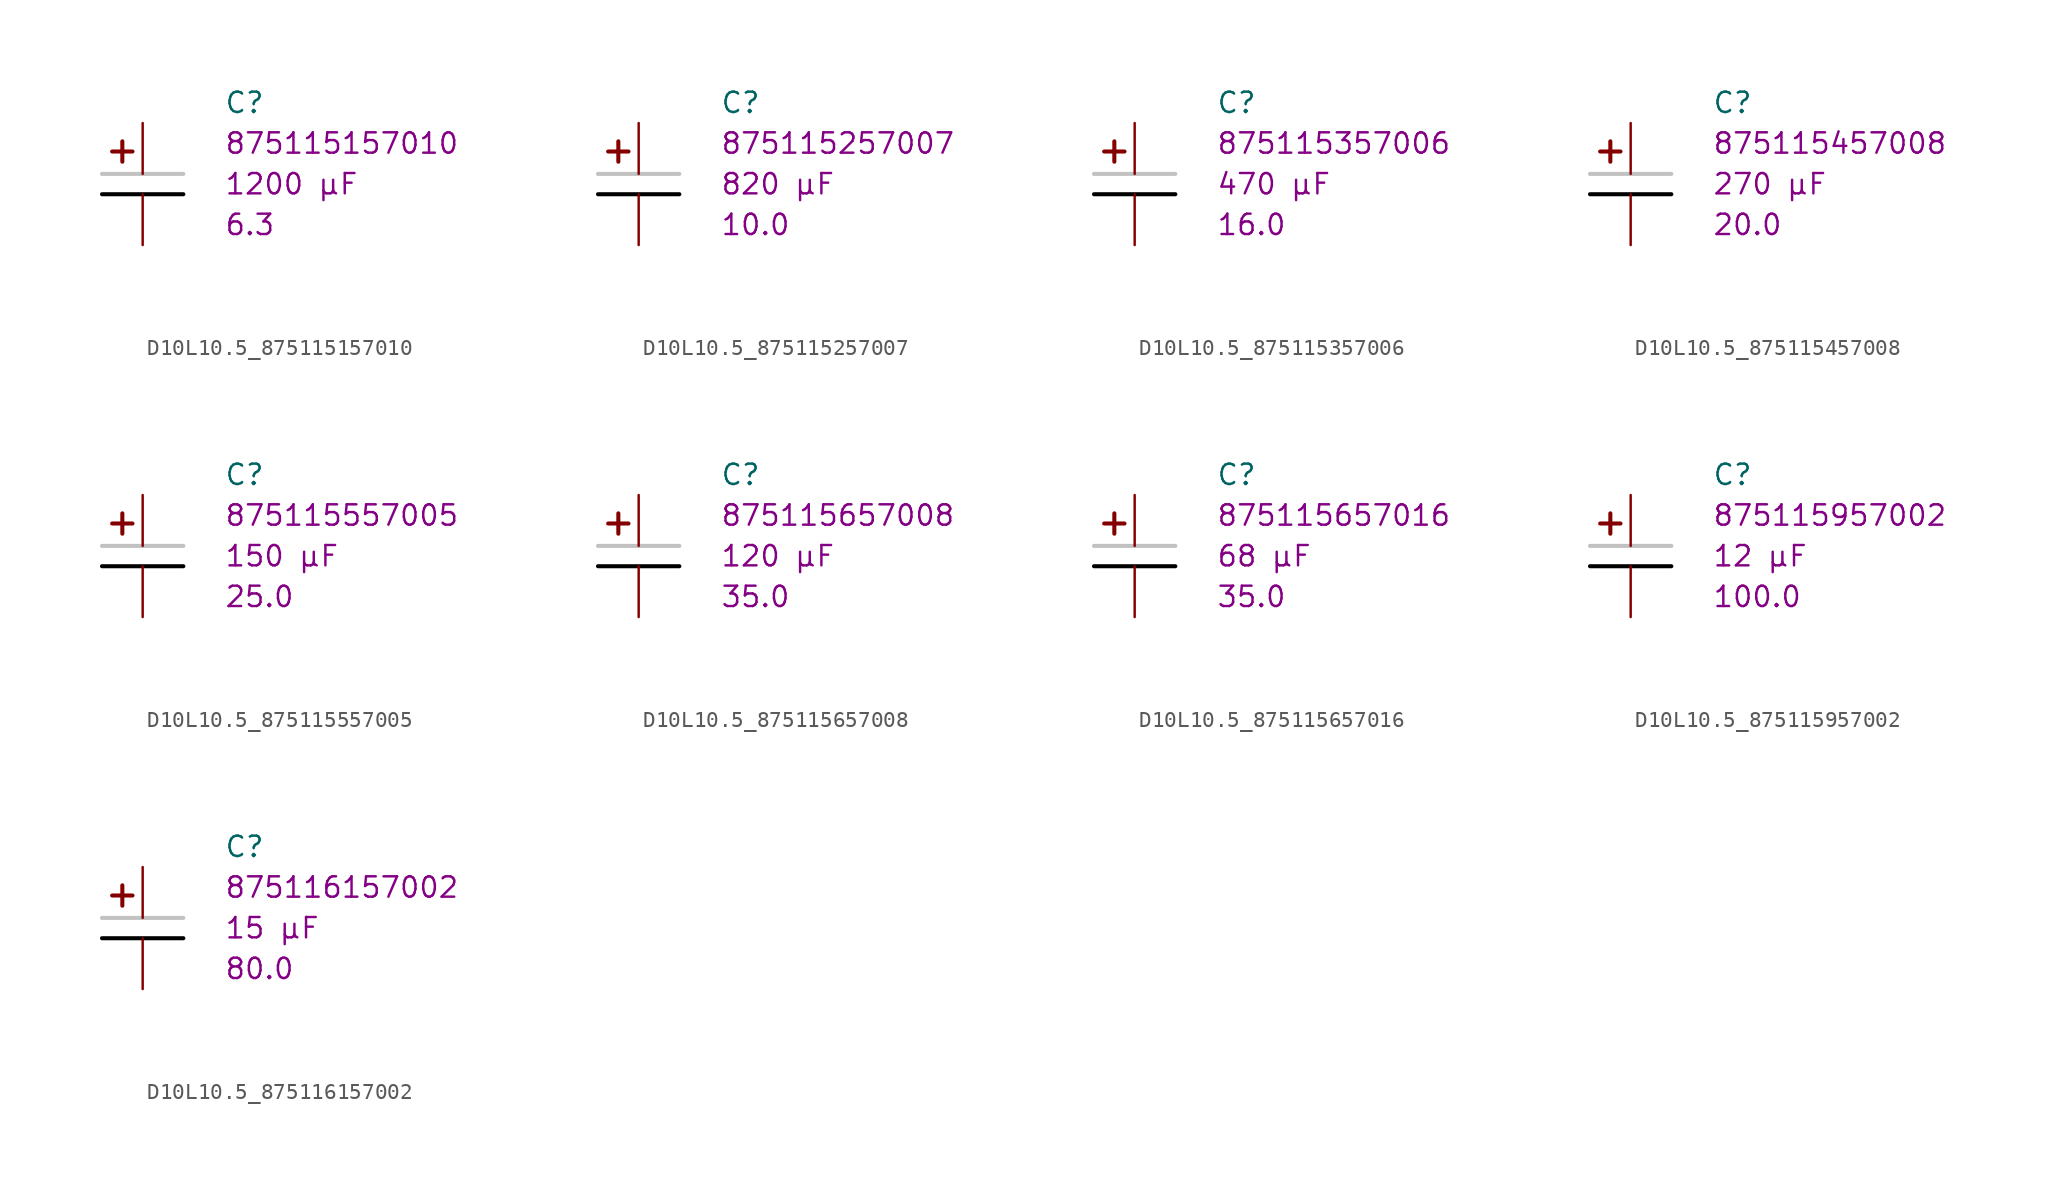
<source format=kicad_sym>
(kicad_symbol_lib
  (version 20220914)
  (generator kicad_symbol_editor)
  (symbol "D10L10.5_875115157010"
    (pin_numbers hide)
    (pin_names hide)
    (property "Reference" "C"
      (at 5.08 5.08 0)
      (effects (font (size 1.27 1.27)) (justify left)))
    (property "Part Number" "875115157010"
      (at 5.08 2.54 0)
      (effects (font (size 1.27 1.27)) (justify left)))
    (property "Capacitance" "1200 µF"
      (at 5.08 0 0)
      (effects (font (size 1.27 1.27)) (justify left)))
    (property "Voltage" "6.3"
      (at 5.08 -2.54 0)
      (effects (font (size 1.27 1.27)) (justify left)))
    (property "Critical Parameter" ""
      (at 0 -7.62 0)
      (effects (font (size 1.27 1.27))))
    (symbol "D10L10.5_875115157010_1_1"
      (polyline (pts (xy -1.27 2.667) (xy -1.27 1.397)) (stroke (width 0.254) (type default)) (fill (type none)))
      (polyline (pts (xy -0.635 2.032) (xy -1.905 2.032)) (stroke (width 0.254) (type default)) (fill (type none)))
      (polyline (pts (xy 2.54 -0.635) (xy -2.54 -0.635)) (stroke (width 0.254) (type default) (color 0 0 0 1)) (fill (type none)))
      (polyline (pts (xy 2.54 0.635) (xy -2.54 0.635)) (stroke (width 0.254) (type default) (color 194 194 194 1)) (fill (type none)))
      (pin passive line (at 0 3.81 270) (length 3.175) (name "1" (effects (font (size 1.27 1.27)))) (number "1" (effects (font (size 1.27 1.27)))))
      (pin passive line (at 0 -3.81 90) (length 3.175) (name "2" (effects (font (size 1.27 1.27)))) (number "2" (effects (font (size 1.27 1.27)))))))
  (symbol "D10L10.5_875115257007"
    (pin_numbers hide)
    (pin_names hide)
    (property "Reference" "C"
      (at 5.08 5.08 0)
      (effects (font (size 1.27 1.27)) (justify left)))
    (property "Part Number" "875115257007"
      (at 5.08 2.54 0)
      (effects (font (size 1.27 1.27)) (justify left)))
    (property "Capacitance" "820 µF"
      (at 5.08 0 0)
      (effects (font (size 1.27 1.27)) (justify left)))
    (property "Voltage" "10.0"
      (at 5.08 -2.54 0)
      (effects (font (size 1.27 1.27)) (justify left)))
    (property "Critical Parameter" ""
      (at 0 -7.62 0)
      (effects (font (size 1.27 1.27))))
    (symbol "D10L10.5_875115257007_1_1"
      (polyline (pts (xy -1.27 2.667) (xy -1.27 1.397)) (stroke (width 0.254) (type default)) (fill (type none)))
      (polyline (pts (xy -0.635 2.032) (xy -1.905 2.032)) (stroke (width 0.254) (type default)) (fill (type none)))
      (polyline (pts (xy 2.54 -0.635) (xy -2.54 -0.635)) (stroke (width 0.254) (type default) (color 0 0 0 1)) (fill (type none)))
      (polyline (pts (xy 2.54 0.635) (xy -2.54 0.635)) (stroke (width 0.254) (type default) (color 194 194 194 1)) (fill (type none)))
      (pin passive line (at 0 3.81 270) (length 3.175) (name "1" (effects (font (size 1.27 1.27)))) (number "1" (effects (font (size 1.27 1.27)))))
      (pin passive line (at 0 -3.81 90) (length 3.175) (name "2" (effects (font (size 1.27 1.27)))) (number "2" (effects (font (size 1.27 1.27)))))))
  (symbol "D10L10.5_875115357006"
    (pin_numbers hide)
    (pin_names hide)
    (property "Reference" "C"
      (at 5.08 5.08 0)
      (effects (font (size 1.27 1.27)) (justify left)))
    (property "Part Number" "875115357006"
      (at 5.08 2.54 0)
      (effects (font (size 1.27 1.27)) (justify left)))
    (property "Capacitance" "470 µF"
      (at 5.08 0 0)
      (effects (font (size 1.27 1.27)) (justify left)))
    (property "Voltage" "16.0"
      (at 5.08 -2.54 0)
      (effects (font (size 1.27 1.27)) (justify left)))
    (property "Critical Parameter" ""
      (at 0 -7.62 0)
      (effects (font (size 1.27 1.27))))
    (symbol "D10L10.5_875115357006_1_1"
      (polyline (pts (xy -1.27 2.667) (xy -1.27 1.397)) (stroke (width 0.254) (type default)) (fill (type none)))
      (polyline (pts (xy -0.635 2.032) (xy -1.905 2.032)) (stroke (width 0.254) (type default)) (fill (type none)))
      (polyline (pts (xy 2.54 -0.635) (xy -2.54 -0.635)) (stroke (width 0.254) (type default) (color 0 0 0 1)) (fill (type none)))
      (polyline (pts (xy 2.54 0.635) (xy -2.54 0.635)) (stroke (width 0.254) (type default) (color 194 194 194 1)) (fill (type none)))
      (pin passive line (at 0 3.81 270) (length 3.175) (name "1" (effects (font (size 1.27 1.27)))) (number "1" (effects (font (size 1.27 1.27)))))
      (pin passive line (at 0 -3.81 90) (length 3.175) (name "2" (effects (font (size 1.27 1.27)))) (number "2" (effects (font (size 1.27 1.27)))))))
  (symbol "D10L10.5_875115457008"
    (pin_numbers hide)
    (pin_names hide)
    (property "Reference" "C"
      (at 5.08 5.08 0)
      (effects (font (size 1.27 1.27)) (justify left)))
    (property "Part Number" "875115457008"
      (at 5.08 2.54 0)
      (effects (font (size 1.27 1.27)) (justify left)))
    (property "Capacitance" "270 µF"
      (at 5.08 0 0)
      (effects (font (size 1.27 1.27)) (justify left)))
    (property "Voltage" "20.0"
      (at 5.08 -2.54 0)
      (effects (font (size 1.27 1.27)) (justify left)))
    (property "Critical Parameter" ""
      (at 0 -7.62 0)
      (effects (font (size 1.27 1.27))))
    (symbol "D10L10.5_875115457008_1_1"
      (polyline (pts (xy -1.27 2.667) (xy -1.27 1.397)) (stroke (width 0.254) (type default)) (fill (type none)))
      (polyline (pts (xy -0.635 2.032) (xy -1.905 2.032)) (stroke (width 0.254) (type default)) (fill (type none)))
      (polyline (pts (xy 2.54 -0.635) (xy -2.54 -0.635)) (stroke (width 0.254) (type default) (color 0 0 0 1)) (fill (type none)))
      (polyline (pts (xy 2.54 0.635) (xy -2.54 0.635)) (stroke (width 0.254) (type default) (color 194 194 194 1)) (fill (type none)))
      (pin passive line (at 0 3.81 270) (length 3.175) (name "1" (effects (font (size 1.27 1.27)))) (number "1" (effects (font (size 1.27 1.27)))))
      (pin passive line (at 0 -3.81 90) (length 3.175) (name "2" (effects (font (size 1.27 1.27)))) (number "2" (effects (font (size 1.27 1.27)))))))
  (symbol "D10L10.5_875115557005"
    (pin_numbers hide)
    (pin_names hide)
    (property "Reference" "C"
      (at 5.08 5.08 0)
      (effects (font (size 1.27 1.27)) (justify left)))
    (property "Part Number" "875115557005"
      (at 5.08 2.54 0)
      (effects (font (size 1.27 1.27)) (justify left)))
    (property "Capacitance" "150 µF"
      (at 5.08 0 0)
      (effects (font (size 1.27 1.27)) (justify left)))
    (property "Voltage" "25.0"
      (at 5.08 -2.54 0)
      (effects (font (size 1.27 1.27)) (justify left)))
    (property "Critical Parameter" ""
      (at 0 -7.62 0)
      (effects (font (size 1.27 1.27))))
    (symbol "D10L10.5_875115557005_1_1"
      (polyline (pts (xy -1.27 2.667) (xy -1.27 1.397)) (stroke (width 0.254) (type default)) (fill (type none)))
      (polyline (pts (xy -0.635 2.032) (xy -1.905 2.032)) (stroke (width 0.254) (type default)) (fill (type none)))
      (polyline (pts (xy 2.54 -0.635) (xy -2.54 -0.635)) (stroke (width 0.254) (type default) (color 0 0 0 1)) (fill (type none)))
      (polyline (pts (xy 2.54 0.635) (xy -2.54 0.635)) (stroke (width 0.254) (type default) (color 194 194 194 1)) (fill (type none)))
      (pin passive line (at 0 3.81 270) (length 3.175) (name "1" (effects (font (size 1.27 1.27)))) (number "1" (effects (font (size 1.27 1.27)))))
      (pin passive line (at 0 -3.81 90) (length 3.175) (name "2" (effects (font (size 1.27 1.27)))) (number "2" (effects (font (size 1.27 1.27)))))))
  (symbol "D10L10.5_875115657008"
    (pin_numbers hide)
    (pin_names hide)
    (property "Reference" "C"
      (at 5.08 5.08 0)
      (effects (font (size 1.27 1.27)) (justify left)))
    (property "Part Number" "875115657008"
      (at 5.08 2.54 0)
      (effects (font (size 1.27 1.27)) (justify left)))
    (property "Capacitance" "120 µF"
      (at 5.08 0 0)
      (effects (font (size 1.27 1.27)) (justify left)))
    (property "Voltage" "35.0"
      (at 5.08 -2.54 0)
      (effects (font (size 1.27 1.27)) (justify left)))
    (property "Critical Parameter" ""
      (at 0 -7.62 0)
      (effects (font (size 1.27 1.27))))
    (symbol "D10L10.5_875115657008_1_1"
      (polyline (pts (xy -1.27 2.667) (xy -1.27 1.397)) (stroke (width 0.254) (type default)) (fill (type none)))
      (polyline (pts (xy -0.635 2.032) (xy -1.905 2.032)) (stroke (width 0.254) (type default)) (fill (type none)))
      (polyline (pts (xy 2.54 -0.635) (xy -2.54 -0.635)) (stroke (width 0.254) (type default) (color 0 0 0 1)) (fill (type none)))
      (polyline (pts (xy 2.54 0.635) (xy -2.54 0.635)) (stroke (width 0.254) (type default) (color 194 194 194 1)) (fill (type none)))
      (pin passive line (at 0 3.81 270) (length 3.175) (name "1" (effects (font (size 1.27 1.27)))) (number "1" (effects (font (size 1.27 1.27)))))
      (pin passive line (at 0 -3.81 90) (length 3.175) (name "2" (effects (font (size 1.27 1.27)))) (number "2" (effects (font (size 1.27 1.27)))))))
  (symbol "D10L10.5_875115657016"
    (pin_numbers hide)
    (pin_names hide)
    (property "Reference" "C"
      (at 5.08 5.08 0)
      (effects (font (size 1.27 1.27)) (justify left)))
    (property "Part Number" "875115657016"
      (at 5.08 2.54 0)
      (effects (font (size 1.27 1.27)) (justify left)))
    (property "Capacitance" "68 µF"
      (at 5.08 0 0)
      (effects (font (size 1.27 1.27)) (justify left)))
    (property "Voltage" "35.0"
      (at 5.08 -2.54 0)
      (effects (font (size 1.27 1.27)) (justify left)))
    (property "Critical Parameter" ""
      (at 0 -7.62 0)
      (effects (font (size 1.27 1.27))))
    (symbol "D10L10.5_875115657016_1_1"
      (polyline (pts (xy -1.27 2.667) (xy -1.27 1.397)) (stroke (width 0.254) (type default)) (fill (type none)))
      (polyline (pts (xy -0.635 2.032) (xy -1.905 2.032)) (stroke (width 0.254) (type default)) (fill (type none)))
      (polyline (pts (xy 2.54 -0.635) (xy -2.54 -0.635)) (stroke (width 0.254) (type default) (color 0 0 0 1)) (fill (type none)))
      (polyline (pts (xy 2.54 0.635) (xy -2.54 0.635)) (stroke (width 0.254) (type default) (color 194 194 194 1)) (fill (type none)))
      (pin passive line (at 0 3.81 270) (length 3.175) (name "1" (effects (font (size 1.27 1.27)))) (number "1" (effects (font (size 1.27 1.27)))))
      (pin passive line (at 0 -3.81 90) (length 3.175) (name "2" (effects (font (size 1.27 1.27)))) (number "2" (effects (font (size 1.27 1.27)))))))
  (symbol "D10L10.5_875115957002"
    (pin_numbers hide)
    (pin_names hide)
    (property "Reference" "C"
      (at 5.08 5.08 0)
      (effects (font (size 1.27 1.27)) (justify left)))
    (property "Part Number" "875115957002"
      (at 5.08 2.54 0)
      (effects (font (size 1.27 1.27)) (justify left)))
    (property "Capacitance" "12 µF"
      (at 5.08 0 0)
      (effects (font (size 1.27 1.27)) (justify left)))
    (property "Voltage" "100.0"
      (at 5.08 -2.54 0)
      (effects (font (size 1.27 1.27)) (justify left)))
    (property "Critical Parameter" ""
      (at 0 -7.62 0)
      (effects (font (size 1.27 1.27))))
    (symbol "D10L10.5_875115957002_1_1"
      (polyline (pts (xy -1.27 2.667) (xy -1.27 1.397)) (stroke (width 0.254) (type default)) (fill (type none)))
      (polyline (pts (xy -0.635 2.032) (xy -1.905 2.032)) (stroke (width 0.254) (type default)) (fill (type none)))
      (polyline (pts (xy 2.54 -0.635) (xy -2.54 -0.635)) (stroke (width 0.254) (type default) (color 0 0 0 1)) (fill (type none)))
      (polyline (pts (xy 2.54 0.635) (xy -2.54 0.635)) (stroke (width 0.254) (type default) (color 194 194 194 1)) (fill (type none)))
      (pin passive line (at 0 3.81 270) (length 3.175) (name "1" (effects (font (size 1.27 1.27)))) (number "1" (effects (font (size 1.27 1.27)))))
      (pin passive line (at 0 -3.81 90) (length 3.175) (name "2" (effects (font (size 1.27 1.27)))) (number "2" (effects (font (size 1.27 1.27)))))))
  (symbol "D10L10.5_875116157002"
    (pin_numbers hide)
    (pin_names hide)
    (property "Reference" "C"
      (at 5.08 5.08 0)
      (effects (font (size 1.27 1.27)) (justify left)))
    (property "Part Number" "875116157002"
      (at 5.08 2.54 0)
      (effects (font (size 1.27 1.27)) (justify left)))
    (property "Capacitance" "15 µF"
      (at 5.08 0 0)
      (effects (font (size 1.27 1.27)) (justify left)))
    (property "Voltage" "80.0"
      (at 5.08 -2.54 0)
      (effects (font (size 1.27 1.27)) (justify left)))
    (property "Critical Parameter" ""
      (at 0 -7.62 0)
      (effects (font (size 1.27 1.27))))
    (symbol "D10L10.5_875116157002_1_1"
      (polyline (pts (xy -1.27 2.667) (xy -1.27 1.397)) (stroke (width 0.254) (type default)) (fill (type none)))
      (polyline (pts (xy -0.635 2.032) (xy -1.905 2.032)) (stroke (width 0.254) (type default)) (fill (type none)))
      (polyline (pts (xy 2.54 -0.635) (xy -2.54 -0.635)) (stroke (width 0.254) (type default) (color 0 0 0 1)) (fill (type none)))
      (polyline (pts (xy 2.54 0.635) (xy -2.54 0.635)) (stroke (width 0.254) (type default) (color 194 194 194 1)) (fill (type none)))
      (pin passive line (at 0 3.81 270) (length 3.175) (name "1" (effects (font (size 1.27 1.27)))) (number "1" (effects (font (size 1.27 1.27)))))
      (pin passive line (at 0 -3.81 90) (length 3.175) (name "2" (effects (font (size 1.27 1.27)))) (number "2" (effects (font (size 1.27 1.27))))))))
</source>
